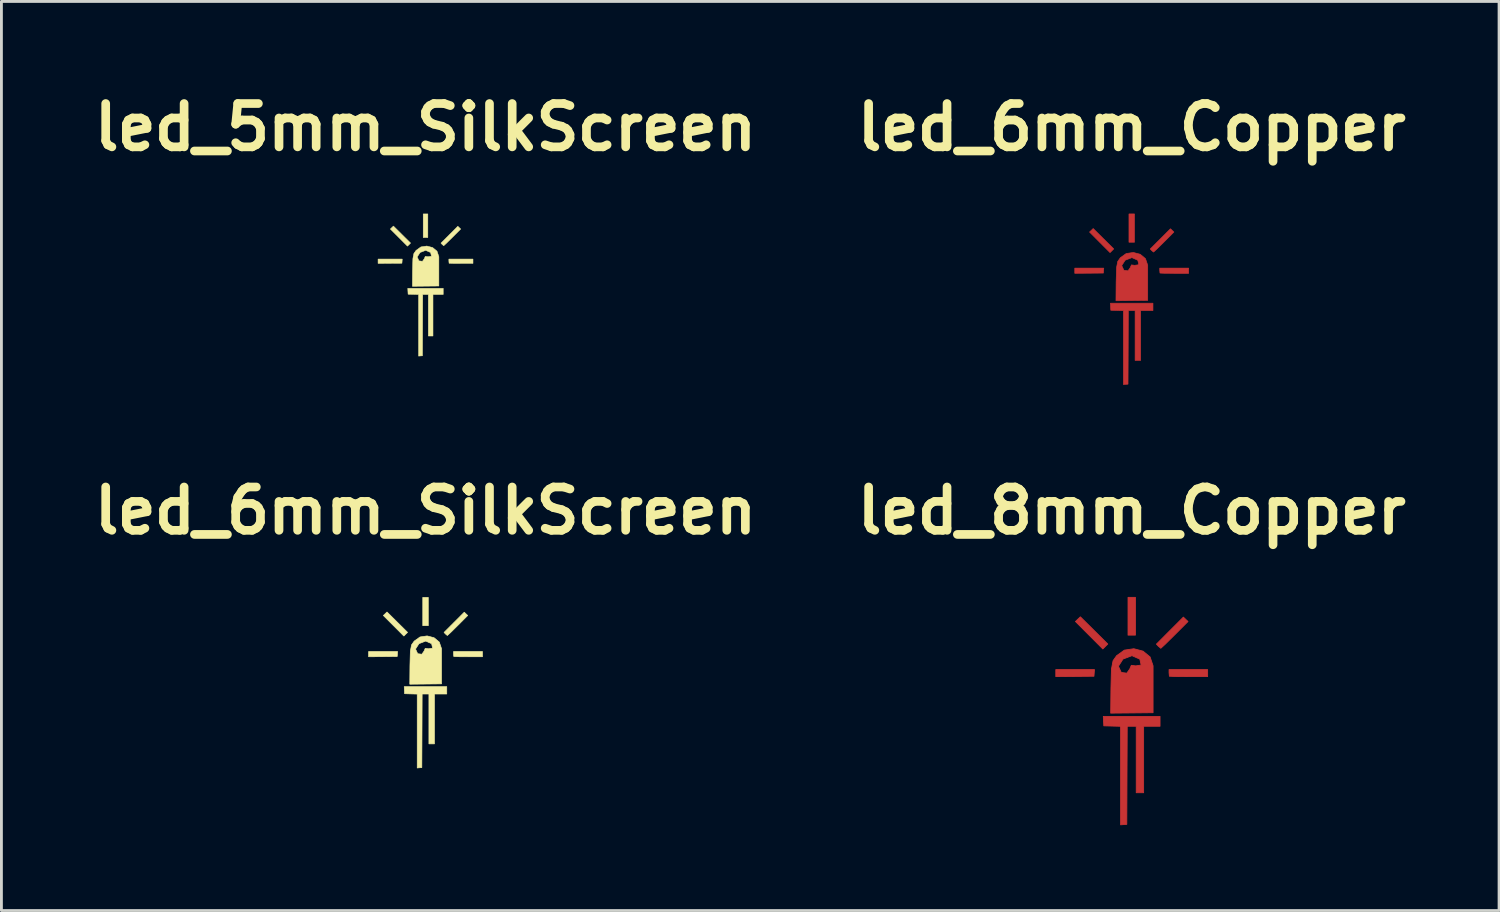
<source format=kicad_pcb>
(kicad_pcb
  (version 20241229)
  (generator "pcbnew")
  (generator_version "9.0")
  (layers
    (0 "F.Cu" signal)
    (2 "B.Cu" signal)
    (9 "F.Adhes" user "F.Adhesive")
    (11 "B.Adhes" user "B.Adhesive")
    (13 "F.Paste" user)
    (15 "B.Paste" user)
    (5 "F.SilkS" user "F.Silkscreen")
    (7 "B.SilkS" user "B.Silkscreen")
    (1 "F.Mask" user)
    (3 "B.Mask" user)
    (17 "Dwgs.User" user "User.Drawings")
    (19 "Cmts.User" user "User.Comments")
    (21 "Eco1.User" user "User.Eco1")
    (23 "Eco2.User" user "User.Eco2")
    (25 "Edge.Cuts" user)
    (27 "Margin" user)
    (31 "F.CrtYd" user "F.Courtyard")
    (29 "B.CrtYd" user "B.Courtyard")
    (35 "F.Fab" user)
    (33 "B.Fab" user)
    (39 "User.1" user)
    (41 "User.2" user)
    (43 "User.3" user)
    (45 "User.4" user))
  (footprint "led_5mm_SilkScreen"
    (layer "F.Cu")
    (at 11.916 6.974)
    (property "Reference" "led_5mm_SilkScreen" (at 0 -5.548 0) (layer "F.SilkS") (effects (font (size 1.524 1.524) (thickness 0.305))))
    (attr exclude_from_pos_files exclude_from_bom)
    (fp_poly (pts (xy -1.669 -0.836) (xy -1.669 -0.912) (xy -1.244 -0.912) (xy -0.819 -0.912) (xy -0.824 -0.839) (xy -0.83 -0.766) (xy -1.249 -0.763) (xy -1.669 -0.759) (xy -1.669 -0.836)) (stroke (width 0.018) (type solid)) (fill yes) (layer "F.SilkS"))
    (fp_poly (pts (xy -0.936 -1.668) (xy -1.237 -1.969) (xy -1.183 -2.021) (xy -1.129 -2.073) (xy -0.828 -1.774) (xy -0.526 -1.475) (xy -0.581 -1.42) (xy -0.635 -1.366) (xy -0.936 -1.668)) (stroke (width 0.018) (type solid)) (fill yes) (layer "F.SilkS"))
    (fp_poly (pts (xy -0.081 -2.085) (xy -0.081 -2.5) (xy 0.000001 -2.5) (xy 0.081 -2.5) (xy 0.081 -2.085) (xy 0.081 -1.67) (xy 0.000001 -1.67) (xy -0.081 -1.67) (xy -0.081 -2.085)) (stroke (width 0.018) (type solid)) (fill yes) (layer "F.SilkS"))
    (fp_poly (pts (xy 0.586 -1.427) (xy 0.543 -1.473) (xy 0.839 -1.769) (xy 1.136 -2.066) (xy 1.186 -2.018) (xy 1.237 -1.969) (xy 0.943 -1.675) (xy 0.733 -1.468) (xy 0.639 -1.381) (xy 0.586 -1.427)) (stroke (width 0.018) (type solid)) (fill yes) (layer "F.SilkS"))
    (fp_poly (pts (xy 0.828 -0.766) (xy 0.821 -0.843) (xy 0.821 -0.912) (xy 1.245 -0.912) (xy 1.669 -0.912) (xy 1.669 -0.836) (xy 1.669 -0.759) (xy 1.252 -0.759) (xy 0.956 -0.761) (xy 0.828 -0.766) (xy 0.828 -0.766)) (stroke (width 0.018) (type solid)) (fill yes) (layer "F.SilkS"))
    (fp_poly (pts (xy -0.244 1.417) (xy -0.244 0.334) (xy -0.429 0.329) (xy -0.613 0.324) (xy -0.619 0.22) (xy -0.624 0.116) (xy -0.001 0.116) (xy 0.622 0.116) (xy 0.622 0.224) (xy 0.622 0.333) (xy 0.442 0.333) (xy 0.262 0.333) (xy 0.262 1.063) (xy 0.262 1.794) (xy 0.18 1.794) (xy 0.099 1.794) (xy 0.099 1.063) (xy 0.099 0.333) (xy 0.000136 0.333) (xy -0.099 0.333) (xy -0.104 1.411) (xy -0.108 2.489) (xy -0.176 2.494) (xy -0.244 2.5) (xy -0.244 1.417)) (stroke (width 0.018) (type solid)) (fill yes) (layer "F.SilkS"))
    (fp_poly (pts (xy -0.457 -0.501) (xy -0.108 -0.834) (xy -0.043 -0.926) (xy -0.009 -1.007) (xy 0.087 -0.995) (xy 0.208 -1.012) (xy 0.179 -1.143) (xy 0.006 -1.219) (xy -0.192 -1.143) (xy -0.293 -0.986) (xy -0.23 -0.85) (xy -0.108 -0.834) (xy -0.457 -0.501) (xy -0.445 -0.925) (xy -0.41 -1.107) (xy -0.332 -1.218) (xy -0.161 -1.34) (xy 0.046 -1.371) (xy 0.249 -1.318) (xy 0.404 -1.19) (xy 0.469 -0.996) (xy 0.469 -0.481) (xy 0.469 0.035) (xy 0.004 0.04) (xy -0.462 0.045) (xy -0.457 -0.501)) (stroke (width 0.018) (type solid)) (fill yes) (layer "F.SilkS")))
  (footprint "led_6mm_SilkScreen"
    (layer "F.Cu")
    (at 11.916 20.96)
    (property "Reference" "led_6mm_SilkScreen" (at 0 -6.048 0) (layer "F.SilkS") (effects (font (size 1.524 1.524) (thickness 0.305))))
    (attr exclude_from_pos_files exclude_from_bom)
    (fp_poly (pts (xy -2.003 -1.003) (xy -2.003 -1.095) (xy -1.493 -1.095) (xy -0.983 -1.095) (xy -0.989 -1.007) (xy -0.996 -0.92) (xy -1.499 -0.915) (xy -2.003 -0.911) (xy -2.003 -1.003)) (stroke (width 0.022) (type solid)) (fill yes) (layer "F.SilkS"))
    (fp_poly (pts (xy -1.123 -2.001) (xy -1.484 -2.363) (xy -1.419 -2.425) (xy -1.355 -2.487) (xy -0.993 -2.128) (xy -0.632 -1.77) (xy -0.697 -1.705) (xy -0.762 -1.639) (xy -1.123 -2.001)) (stroke (width 0.022) (type solid)) (fill yes) (layer "F.SilkS"))
    (fp_poly (pts (xy -0.097 -2.502) (xy -0.097 -3) (xy 0.000001 -3) (xy 0.097 -3) (xy 0.097 -2.502) (xy 0.097 -2.004) (xy 0.000001 -2.004) (xy -0.097 -2.004) (xy -0.097 -2.502)) (stroke (width 0.022) (type solid)) (fill yes) (layer "F.SilkS"))
    (fp_poly (pts (xy 0.703 -1.712) (xy 0.651 -1.767) (xy 1.007 -2.123) (xy 1.363 -2.479) (xy 1.423 -2.421) (xy 1.484 -2.363) (xy 1.132 -2.01) (xy 0.88 -1.761) (xy 0.767 -1.658) (xy 0.703 -1.712)) (stroke (width 0.022) (type solid)) (fill yes) (layer "F.SilkS"))
    (fp_poly (pts (xy 0.994 -0.92) (xy 0.985 -1.012) (xy 0.985 -1.095) (xy 1.494 -1.095) (xy 2.003 -1.095) (xy 2.003 -1.003) (xy 2.003 -0.911) (xy 1.503 -0.911) (xy 1.147 -0.913) (xy 0.994 -0.92) (xy 0.994 -0.92)) (stroke (width 0.022) (type solid)) (fill yes) (layer "F.SilkS"))
    (fp_poly (pts (xy -0.292 1.7) (xy -0.292 0.401) (xy -0.514 0.395) (xy -0.736 0.388) (xy -0.743 0.264) (xy -0.749 0.139) (xy -0.001 0.139) (xy 0.747 0.139) (xy 0.747 0.269) (xy 0.747 0.399) (xy 0.53 0.399) (xy 0.314 0.399) (xy 0.314 1.276) (xy 0.314 2.153) (xy 0.217 2.153) (xy 0.119 2.153) (xy 0.119 1.276) (xy 0.119 0.399) (xy 0.000163 0.399) (xy -0.119 0.399) (xy -0.124 1.693) (xy -0.13 2.987) (xy -0.211 2.993) (xy -0.292 3) (xy -0.292 1.7)) (stroke (width 0.022) (type solid)) (fill yes) (layer "F.SilkS"))
    (fp_poly (pts (xy -0.548 -0.602) (xy -0.13 -1) (xy -0.052 -1.111) (xy -0.01 -1.208) (xy 0.105 -1.193) (xy 0.249 -1.214) (xy 0.214 -1.371) (xy 0.007 -1.463) (xy -0.23 -1.372) (xy -0.351 -1.183) (xy -0.276 -1.02) (xy -0.13 -1) (xy -0.548 -0.602) (xy -0.534 -1.11) (xy -0.492 -1.329) (xy -0.399 -1.461) (xy -0.193 -1.608) (xy 0.056 -1.645) (xy 0.299 -1.582) (xy 0.484 -1.428) (xy 0.563 -1.195) (xy 0.563 -0.577) (xy 0.563 0.042) (xy 0.004 0.048) (xy -0.554 0.054) (xy -0.548 -0.602)) (stroke (width 0.022) (type solid)) (fill yes) (layer "F.SilkS")))
  (footprint "led_6mm_Copper"
    (layer "F.Cu")
    (at 36.753 7.474)
    (property "Reference" "led_6mm_Copper" (at 0 -6.048 0) (layer "F.SilkS") (effects (font (size 1.524 1.524) (thickness 0.305))))
    (attr exclude_from_pos_files exclude_from_bom)
    (fp_poly (pts (xy -2.003 -1.003) (xy -2.003 -1.095) (xy -1.493 -1.095) (xy -0.983 -1.095) (xy -0.989 -1.007) (xy -0.996 -0.92) (xy -1.499 -0.915) (xy -2.003 -0.911) (xy -2.003 -1.003)) (stroke (width 0.022) (type solid)) (fill yes) (layer "F.Cu"))
    (fp_poly (pts (xy -1.123 -2.001) (xy -1.484 -2.363) (xy -1.419 -2.425) (xy -1.355 -2.487) (xy -0.993 -2.128) (xy -0.632 -1.77) (xy -0.697 -1.705) (xy -0.762 -1.639) (xy -1.123 -2.001)) (stroke (width 0.022) (type solid)) (fill yes) (layer "F.Cu"))
    (fp_poly (pts (xy -0.097 -2.502) (xy -0.097 -3) (xy 0.000001 -3) (xy 0.097 -3) (xy 0.097 -2.502) (xy 0.097 -2.004) (xy 0.000001 -2.004) (xy -0.097 -2.004) (xy -0.097 -2.502)) (stroke (width 0.022) (type solid)) (fill yes) (layer "F.Cu"))
    (fp_poly (pts (xy 0.703 -1.712) (xy 0.651 -1.767) (xy 1.007 -2.123) (xy 1.363 -2.479) (xy 1.423 -2.421) (xy 1.484 -2.363) (xy 1.132 -2.01) (xy 0.88 -1.761) (xy 0.767 -1.658) (xy 0.703 -1.712)) (stroke (width 0.022) (type solid)) (fill yes) (layer "F.Cu"))
    (fp_poly (pts (xy 0.994 -0.92) (xy 0.985 -1.012) (xy 0.985 -1.095) (xy 1.494 -1.095) (xy 2.003 -1.095) (xy 2.003 -1.003) (xy 2.003 -0.911) (xy 1.503 -0.911) (xy 1.147 -0.913) (xy 0.994 -0.92) (xy 0.994 -0.92)) (stroke (width 0.022) (type solid)) (fill yes) (layer "F.Cu"))
    (fp_poly (pts (xy -0.292 1.7) (xy -0.292 0.401) (xy -0.514 0.395) (xy -0.736 0.388) (xy -0.743 0.264) (xy -0.749 0.139) (xy -0.001 0.139) (xy 0.747 0.139) (xy 0.747 0.269) (xy 0.747 0.399) (xy 0.53 0.399) (xy 0.314 0.399) (xy 0.314 1.276) (xy 0.314 2.153) (xy 0.217 2.153) (xy 0.119 2.153) (xy 0.119 1.276) (xy 0.119 0.399) (xy 0.000163 0.399) (xy -0.119 0.399) (xy -0.124 1.693) (xy -0.13 2.987) (xy -0.211 2.993) (xy -0.292 3) (xy -0.292 1.7)) (stroke (width 0.022) (type solid)) (fill yes) (layer "F.Cu"))
    (fp_poly (pts (xy -0.548 -0.602) (xy -0.13 -1) (xy -0.052 -1.111) (xy -0.01 -1.208) (xy 0.105 -1.193) (xy 0.249 -1.214) (xy 0.214 -1.371) (xy 0.007 -1.463) (xy -0.23 -1.372) (xy -0.351 -1.183) (xy -0.276 -1.02) (xy -0.13 -1) (xy -0.548 -0.602) (xy -0.534 -1.11) (xy -0.492 -1.329) (xy -0.399 -1.461) (xy -0.193 -1.608) (xy 0.056 -1.645) (xy 0.299 -1.582) (xy 0.484 -1.428) (xy 0.563 -1.195) (xy 0.563 -0.577) (xy 0.563 0.042) (xy 0.004 0.048) (xy -0.554 0.054) (xy -0.548 -0.602)) (stroke (width 0.022) (type solid)) (fill yes) (layer "F.Cu")))
  (footprint "led_8mm_Copper"
    (layer "F.Cu")
    (at 36.753 21.96)
    (property "Reference" "led_8mm_Copper" (at 0 -7.048 0) (layer "F.SilkS") (effects (font (size 1.524 1.524) (thickness 0.305))))
    (attr exclude_from_pos_files exclude_from_bom)
    (fp_poly (pts (xy -2.67 -1.337) (xy -2.67 -1.46) (xy -1.99 -1.46) (xy -1.31 -1.46) (xy -1.319 -1.343) (xy -1.328 -1.226) (xy -1.999 -1.22) (xy -2.67 -1.214) (xy -2.67 -1.337)) (stroke (width 0.029) (type solid)) (fill yes) (layer "F.Cu"))
    (fp_poly (pts (xy -1.497 -2.668) (xy -1.979 -3.151) (xy -1.893 -3.233) (xy -1.806 -3.316) (xy -1.324 -2.838) (xy -0.842 -2.359) (xy -0.929 -2.273) (xy -1.016 -2.186) (xy -1.497 -2.668)) (stroke (width 0.029) (type solid)) (fill yes) (layer "F.Cu"))
    (fp_poly (pts (xy -0.13 -3.336) (xy -0.13 -4) (xy 0.000002 -4) (xy 0.13 -4) (xy 0.13 -3.336) (xy 0.13 -2.672) (xy 0.000002 -2.672) (xy -0.13 -2.672) (xy -0.13 -3.336)) (stroke (width 0.029) (type solid)) (fill yes) (layer "F.Cu"))
    (fp_poly (pts (xy 0.937 -2.283) (xy 0.869 -2.356) (xy 1.343 -2.831) (xy 1.817 -3.306) (xy 1.898 -3.228) (xy 1.979 -3.151) (xy 1.509 -2.68) (xy 1.173 -2.348) (xy 1.023 -2.21) (xy 0.937 -2.283)) (stroke (width 0.029) (type solid)) (fill yes) (layer "F.Cu"))
    (fp_poly (pts (xy 1.326 -1.226) (xy 1.314 -1.349) (xy 1.314 -1.46) (xy 1.992 -1.46) (xy 2.67 -1.46) (xy 2.67 -1.337) (xy 2.67 -1.214) (xy 2.004 -1.214) (xy 1.53 -1.218) (xy 1.326 -1.226) (xy 1.326 -1.226)) (stroke (width 0.029) (type solid)) (fill yes) (layer "F.Cu"))
    (fp_poly (pts (xy -0.39 2.267) (xy -0.39 0.534) (xy -0.686 0.526) (xy -0.982 0.518) (xy -0.99 0.352) (xy -0.999 0.186) (xy -0.001 0.186) (xy 0.996 0.186) (xy 0.996 0.359) (xy 0.996 0.532) (xy 0.707 0.532) (xy 0.419 0.532) (xy 0.419 1.701) (xy 0.419 2.871) (xy 0.289 2.871) (xy 0.159 2.871) (xy 0.159 1.701) (xy 0.159 0.532) (xy 0.000218 0.532) (xy -0.158 0.532) (xy -0.166 2.257) (xy -0.173 3.982) (xy -0.281 3.991) (xy -0.39 4) (xy -0.39 2.267)) (stroke (width 0.029) (type solid)) (fill yes) (layer "F.Cu"))
    (fp_poly (pts (xy -0.73 -0.802) (xy -0.173 -1.334) (xy -0.069 -1.481) (xy -0.014 -1.61) (xy 0.14 -1.591) (xy 0.332 -1.619) (xy 0.286 -1.828) (xy 0.009 -1.95) (xy -0.307 -1.83) (xy -0.468 -1.578) (xy -0.368 -1.36) (xy -0.173 -1.334) (xy -0.73 -0.802) (xy -0.712 -1.48) (xy -0.656 -1.772) (xy -0.532 -1.948) (xy -0.258 -2.145) (xy 0.074 -2.194) (xy 0.398 -2.109) (xy 0.646 -1.904) (xy 0.751 -1.594) (xy 0.751 -0.769) (xy 0.751 0.056) (xy 0.006 0.064) (xy -0.739 0.071) (xy -0.73 -0.802)) (stroke (width 0.029) (type solid)) (fill yes) (layer "F.Cu")))
  (gr_rect
    (start -3 -3)
    (end 49.673 28.974)
    (stroke (width 0.1) (type default))
    (fill no)
    (layer "Edge.Cuts")))
</source>
